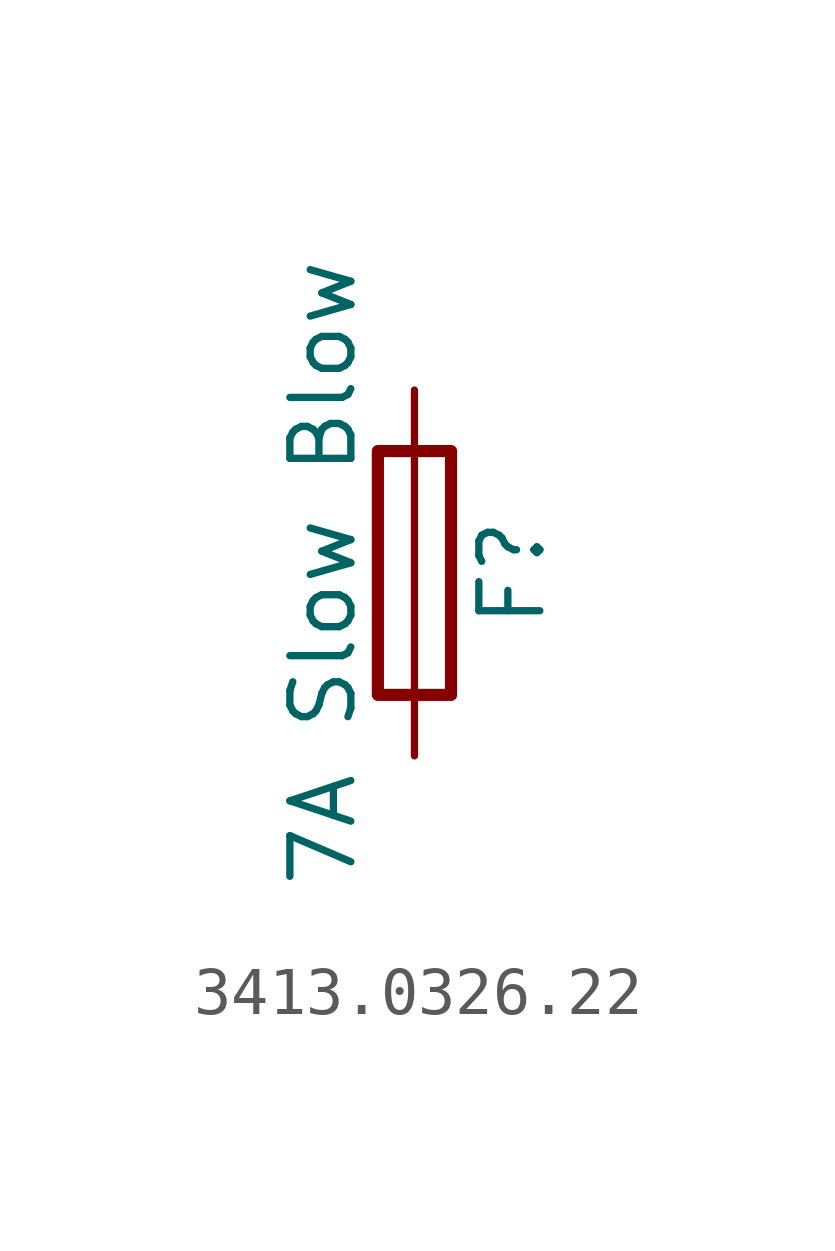
<source format=kicad_sym>
(kicad_symbol_lib
  (version 20241209)
  (generator "kicad_symbol_editor")
  (generator_version "9.0")
  (symbol "3413.0326.22"
    (pin_numbers
      (hide yes))
    (pin_names
      (offset 0))
    (property "Reference" "F"
      (at 2.032 0 90)
      (effects (font (size 1.27 1.27))))
    (property "Value" "7A Slow Blow"
      (at -1.905 0 90)
      (effects (font (size 1.27 1.27))))
    (symbol "3413.0326.22_0_1"
      (rectangle (start -0.762 -2.54) (end 0.762 2.54) (stroke (width 0.254) (type default)) (fill (type none)))
      (polyline (pts (xy 0 2.54) (xy 0 -2.54)) (stroke (width 0) (type default)) (fill (type none))))
    (symbol "3413.0326.22_1_1"
      (pin passive line (at 0 3.81 270) (length 1.27) (name "~" (effects (font (size 1.27 1.27)))) (number "1" (effects (font (size 1.27 1.27)))))
      (pin passive line (at 0 -3.81 90) (length 1.27) (name "~" (effects (font (size 1.27 1.27)))) (number "2" (effects (font (size 1.27 1.27))))))))
</source>
